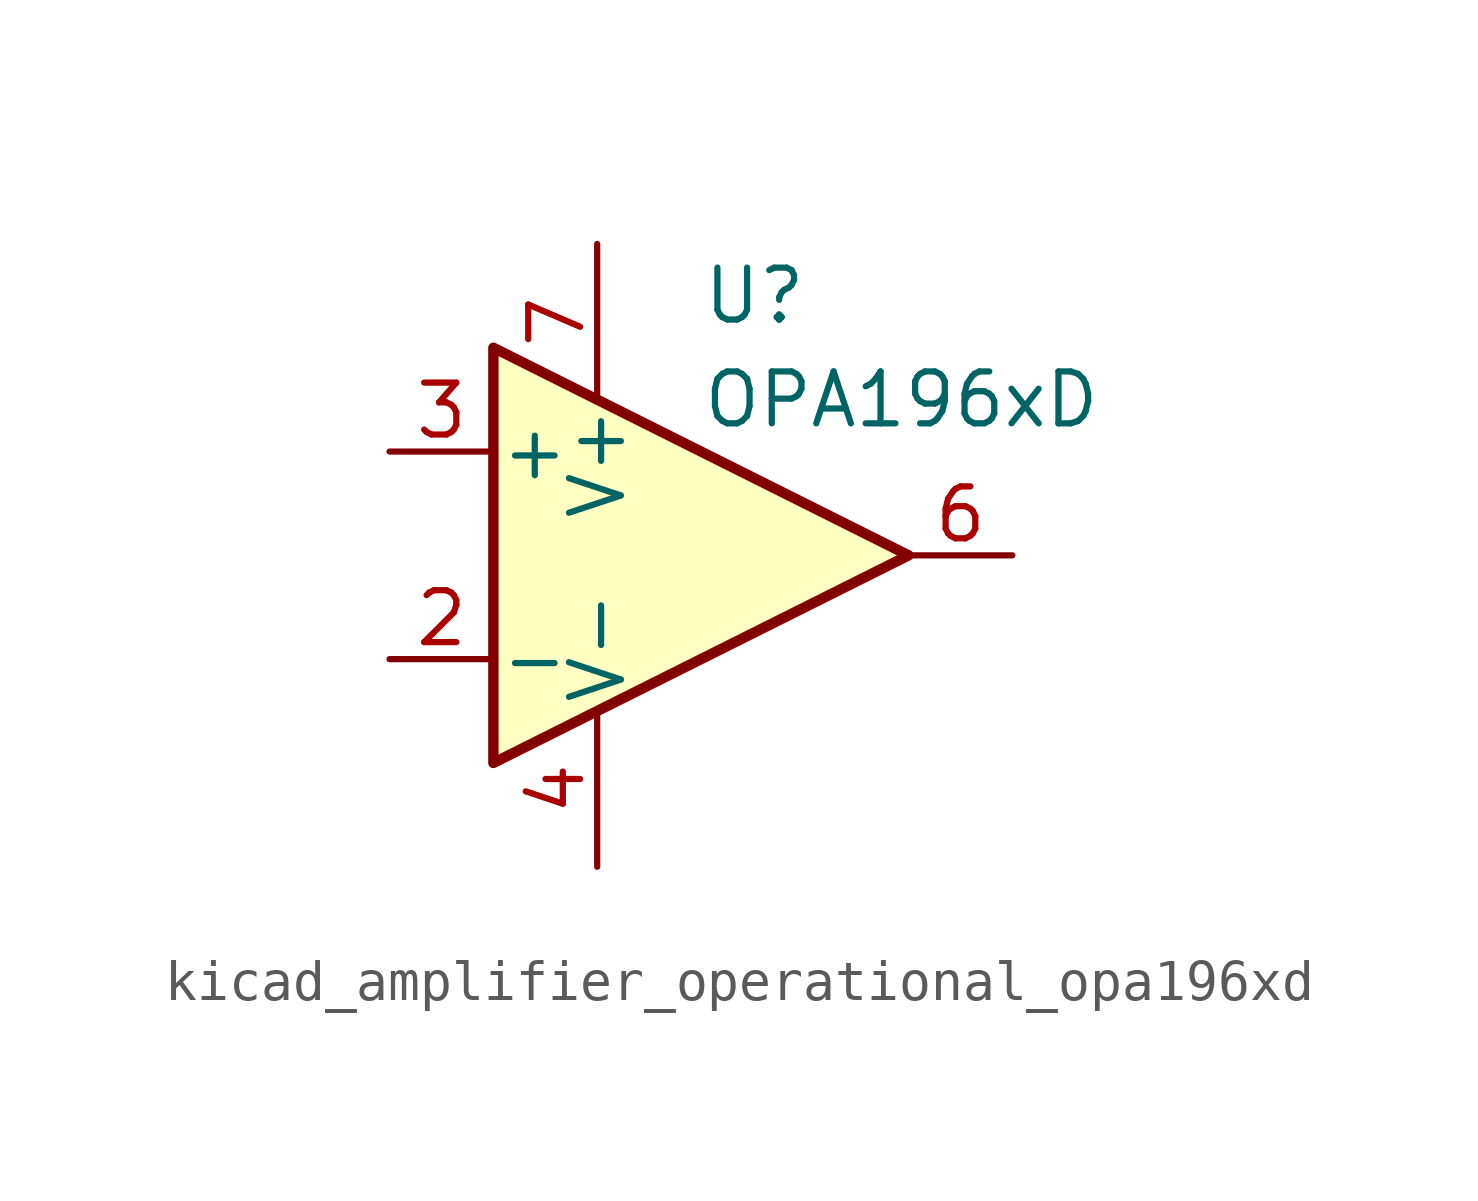
<source format=kicad_sym>
(kicad_symbol_lib
  (version 20220914)
  (generator kicad_symbol_editor)
  (symbol "kicad_amplifier_operational_opa196xd"
    (pin_names
      (offset 0.127))
    (property "Reference" "U"
      (at 0 6.35 0)
      (effects (font (size 1.27 1.27)) (justify left)))
    (property "Value" "OPA196xD"
      (at 0 3.81 0)
      (effects (font (size 1.27 1.27)) (justify left)))
    (symbol "kicad_amplifier_operational_opa196xd_0_1"
      (polyline (pts (xy -5.08 5.08) (xy 5.08 0) (xy -5.08 -5.08) (xy -5.08 5.08)) (stroke (width 0.254) (type default)) (fill (type background))))
    (symbol "kicad_amplifier_operational_opa196xd_1_1"
      (pin no_connect line (at -2.54 2.54 270) (length 2.54) hide (name "NC" (effects (font (size 1.27 1.27)))) (number "1" (effects (font (size 1.27 1.27)))))
      (pin input line (at -7.62 -2.54 0) (length 2.54) (name "-" (effects (font (size 1.27 1.27)))) (number "2" (effects (font (size 1.27 1.27)))))
      (pin input line (at -7.62 2.54 0) (length 2.54) (name "+" (effects (font (size 1.27 1.27)))) (number "3" (effects (font (size 1.27 1.27)))))
      (pin power_in line (at -2.54 -7.62 90) (length 3.81) (name "V-" (effects (font (size 1.27 1.27)))) (number "4" (effects (font (size 1.27 1.27)))))
      (pin no_connect line (at 0 2.54 270) (length 2.54) hide (name "NC" (effects (font (size 1.27 1.27)))) (number "5" (effects (font (size 1.27 1.27)))))
      (pin output line (at 7.62 0 180) (length 2.54) (name "~" (effects (font (size 1.27 1.27)))) (number "6" (effects (font (size 1.27 1.27)))))
      (pin power_in line (at -2.54 7.62 270) (length 3.81) (name "V+" (effects (font (size 1.27 1.27)))) (number "7" (effects (font (size 1.27 1.27)))))
      (pin no_connect line (at 0 -2.54 90) (length 2.54) hide (name "NC" (effects (font (size 1.27 1.27)))) (number "8" (effects (font (size 1.27 1.27))))))))
</source>
